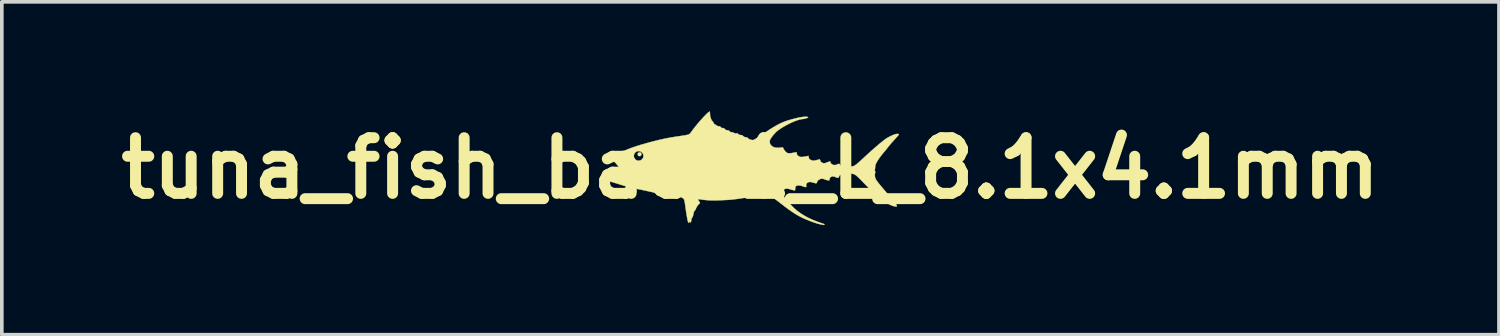
<source format=kicad_pcb>
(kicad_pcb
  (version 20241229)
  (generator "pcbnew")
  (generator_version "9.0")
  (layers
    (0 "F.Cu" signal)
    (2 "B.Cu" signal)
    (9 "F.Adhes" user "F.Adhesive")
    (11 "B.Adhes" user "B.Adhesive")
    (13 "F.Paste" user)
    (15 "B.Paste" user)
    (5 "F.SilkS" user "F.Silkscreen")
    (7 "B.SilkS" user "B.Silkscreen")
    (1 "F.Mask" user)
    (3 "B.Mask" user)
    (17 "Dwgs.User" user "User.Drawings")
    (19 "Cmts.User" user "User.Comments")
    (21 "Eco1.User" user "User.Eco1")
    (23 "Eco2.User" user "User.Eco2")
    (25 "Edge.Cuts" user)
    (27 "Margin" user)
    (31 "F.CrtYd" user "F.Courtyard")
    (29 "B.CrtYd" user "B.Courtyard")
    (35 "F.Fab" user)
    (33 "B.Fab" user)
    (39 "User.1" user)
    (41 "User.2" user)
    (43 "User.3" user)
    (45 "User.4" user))
  (footprint "tuna_fish_back1_L_8.1x4.1mm"
    (layer "F.Cu")
    (at 17.497 1.555)
    (property "Reference" "tuna_fish_back1_L_8.1x4.1mm" (at 0 0 0) (layer "F.SilkS") (effects (font (size 1.524 1.524) (thickness 0.3))))
    (attr through_hole)
    (fp_poly (pts (xy -3.004 -0.425) (xy -2.999 -0.422) (xy -2.988 -0.407) (xy -2.984 -0.387) (xy -2.987 -0.365) (xy -2.997 -0.346) (xy -2.999 -0.344) (xy -3.02 -0.332) (xy -3.043 -0.331) (xy -3.064 -0.338) (xy -3.072 -0.345) (xy -3.084 -0.365) (xy -3.086 -0.389) (xy -3.078 -0.41) (xy -3.071 -0.418) (xy -3.051 -0.429) (xy -3.027 -0.431) (xy -3.004 -0.425)) (stroke (width 0.01) (type solid)) (fill yes) (layer "F.SilkS"))
    (fp_poly (pts (xy -1.115 -1.549) (xy -1.111 -1.54) (xy -1.109 -1.522) (xy -1.107 -1.498) (xy -1.107 -1.493) (xy -1.104 -1.437) (xy -1.095 -1.391) (xy -1.08 -1.356) (xy -1.072 -1.338) (xy -1.067 -1.324) (xy -1.067 -1.32) (xy -1.062 -1.31) (xy -1.05 -1.297) (xy -1.045 -1.293) (xy -1.024 -1.27) (xy -1.016 -1.251) (xy -1.008 -1.233) (xy -0.994 -1.215) (xy -0.979 -1.201) (xy -0.965 -1.194) (xy -0.963 -1.194) (xy -0.954 -1.19) (xy -0.94 -1.18) (xy -0.928 -1.172) (xy -0.909 -1.158) (xy -0.892 -1.151) (xy -0.871 -1.149) (xy -0.868 -1.149) (xy -0.848 -1.148) (xy -0.835 -1.144) (xy -0.822 -1.133) (xy -0.813 -1.124) (xy -0.798 -1.109) (xy -0.785 -1.101) (xy -0.769 -1.099) (xy -0.76 -1.099) (xy -0.742 -1.098) (xy -0.729 -1.093) (xy -0.715 -1.084) (xy -0.698 -1.069) (xy -0.68 -1.053) (xy -0.666 -1.044) (xy -0.653 -1.04) (xy -0.634 -1.038) (xy -0.631 -1.038) (xy -0.61 -1.037) (xy -0.596 -1.034) (xy -0.587 -1.026) (xy -0.583 -1.021) (xy -0.559 -0.998) (xy -0.529 -0.986) (xy -0.507 -0.984) (xy -0.477 -0.979) (xy -0.456 -0.968) (xy -0.441 -0.958) (xy -0.425 -0.953) (xy -0.404 -0.952) (xy -0.39 -0.952) (xy -0.366 -0.952) (xy -0.352 -0.95) (xy -0.342 -0.945) (xy -0.332 -0.935) (xy -0.33 -0.932) (xy -0.32 -0.921) (xy -0.309 -0.915) (xy -0.293 -0.911) (xy -0.269 -0.908) (xy -0.268 -0.908) (xy -0.244 -0.905) (xy -0.227 -0.901) (xy -0.215 -0.894) (xy -0.203 -0.882) (xy -0.202 -0.881) (xy -0.174 -0.86) (xy -0.138 -0.847) (xy -0.111 -0.845) (xy -0.095 -0.841) (xy -0.078 -0.831) (xy -0.063 -0.817) (xy -0.046 -0.802) (xy -0.03 -0.791) (xy -0.009 -0.784) (xy 0.014 -0.778) (xy 0.041 -0.772) (xy 0.061 -0.77) (xy 0.077 -0.771) (xy 0.087 -0.774) (xy 0.101 -0.78) (xy 0.125 -0.793) (xy 0.157 -0.812) (xy 0.199 -0.838) (xy 0.25 -0.872) (xy 0.311 -0.912) (xy 0.382 -0.96) (xy 0.443 -1.001) (xy 0.533 -1.061) (xy 0.615 -1.113) (xy 0.692 -1.158) (xy 0.764 -1.198) (xy 0.835 -1.232) (xy 0.905 -1.263) (xy 0.977 -1.29) (xy 1.052 -1.314) (xy 1.132 -1.337) (xy 1.206 -1.356) (xy 1.264 -1.371) (xy 1.313 -1.382) (xy 1.355 -1.39) (xy 1.392 -1.397) (xy 1.426 -1.402) (xy 1.46 -1.405) (xy 1.477 -1.407) (xy 1.511 -1.408) (xy 1.54 -1.407) (xy 1.563 -1.403) (xy 1.578 -1.397) (xy 1.581 -1.391) (xy 1.575 -1.385) (xy 1.56 -1.378) (xy 1.538 -1.37) (xy 1.511 -1.362) (xy 1.483 -1.355) (xy 1.457 -1.349) (xy 1.435 -1.346) (xy 1.428 -1.346) (xy 1.412 -1.345) (xy 1.387 -1.34) (xy 1.359 -1.334) (xy 1.345 -1.331) (xy 1.285 -1.313) (xy 1.218 -1.289) (xy 1.147 -1.259) (xy 1.074 -1.225) (xy 1 -1.187) (xy 0.929 -1.148) (xy 0.861 -1.108) (xy 0.8 -1.067) (xy 0.747 -1.028) (xy 0.705 -0.992) (xy 0.675 -0.962) (xy 0.643 -0.926) (xy 0.611 -0.887) (xy 0.581 -0.848) (xy 0.557 -0.812) (xy 0.541 -0.786) (xy 0.529 -0.75) (xy 0.528 -0.712) (xy 0.537 -0.674) (xy 0.555 -0.639) (xy 0.575 -0.616) (xy 0.612 -0.589) (xy 0.653 -0.57) (xy 0.702 -0.56) (xy 0.758 -0.557) (xy 0.822 -0.562) (xy 0.857 -0.568) (xy 0.873 -0.57) (xy 0.884 -0.567) (xy 0.893 -0.558) (xy 0.904 -0.54) (xy 0.911 -0.524) (xy 0.93 -0.493) (xy 0.953 -0.463) (xy 0.978 -0.438) (xy 1.003 -0.42) (xy 1.019 -0.413) (xy 1.058 -0.407) (xy 1.102 -0.409) (xy 1.155 -0.418) (xy 1.162 -0.419) (xy 1.191 -0.425) (xy 1.218 -0.429) (xy 1.239 -0.432) (xy 1.243 -0.432) (xy 1.27 -0.432) (xy 1.27 -0.404) (xy 1.276 -0.374) (xy 1.294 -0.347) (xy 1.324 -0.326) (xy 1.329 -0.323) (xy 1.355 -0.313) (xy 1.385 -0.307) (xy 1.42 -0.307) (xy 1.462 -0.312) (xy 1.506 -0.32) (xy 1.536 -0.326) (xy 1.562 -0.331) (xy 1.58 -0.335) (xy 1.589 -0.337) (xy 1.59 -0.337) (xy 1.592 -0.331) (xy 1.594 -0.317) (xy 1.594 -0.314) (xy 1.599 -0.28) (xy 1.613 -0.253) (xy 1.638 -0.232) (xy 1.674 -0.217) (xy 1.692 -0.212) (xy 1.709 -0.208) (xy 1.723 -0.205) (xy 1.737 -0.205) (xy 1.753 -0.207) (xy 1.775 -0.212) (xy 1.806 -0.22) (xy 1.813 -0.221) (xy 1.843 -0.229) (xy 1.869 -0.235) (xy 1.887 -0.239) (xy 1.897 -0.241) (xy 1.897 -0.241) (xy 1.902 -0.236) (xy 1.907 -0.222) (xy 1.91 -0.214) (xy 1.924 -0.183) (xy 1.948 -0.158) (xy 1.98 -0.141) (xy 1.985 -0.14) (xy 2.008 -0.135) (xy 2.031 -0.135) (xy 2.058 -0.142) (xy 2.09 -0.154) (xy 2.102 -0.159) (xy 2.127 -0.169) (xy 2.151 -0.177) (xy 2.168 -0.182) (xy 2.169 -0.182) (xy 2.184 -0.184) (xy 2.19 -0.18) (xy 2.191 -0.167) (xy 2.191 -0.165) (xy 2.193 -0.149) (xy 2.203 -0.134) (xy 2.216 -0.12) (xy 2.249 -0.097) (xy 2.286 -0.085) (xy 2.326 -0.086) (xy 2.368 -0.098) (xy 2.383 -0.105) (xy 2.407 -0.116) (xy 2.425 -0.12) (xy 2.437 -0.115) (xy 2.448 -0.101) (xy 2.451 -0.095) (xy 2.468 -0.07) (xy 2.49 -0.055) (xy 2.518 -0.048) (xy 2.552 -0.051) (xy 2.594 -0.063) (xy 2.611 -0.069) (xy 2.667 -0.091) (xy 2.682 -0.074) (xy 2.704 -0.059) (xy 2.733 -0.049) (xy 2.766 -0.046) (xy 2.781 -0.047) (xy 2.8 -0.051) (xy 2.82 -0.056) (xy 2.84 -0.065) (xy 2.862 -0.077) (xy 2.886 -0.094) (xy 2.915 -0.116) (xy 2.949 -0.144) (xy 2.988 -0.179) (xy 3.035 -0.222) (xy 3.08 -0.263) (xy 3.114 -0.295) (xy 3.148 -0.327) (xy 3.181 -0.356) (xy 3.208 -0.382) (xy 3.23 -0.401) (xy 3.237 -0.407) (xy 3.255 -0.423) (xy 3.28 -0.446) (xy 3.311 -0.474) (xy 3.346 -0.504) (xy 3.381 -0.536) (xy 3.395 -0.549) (xy 3.452 -0.598) (xy 3.511 -0.648) (xy 3.57 -0.697) (xy 3.626 -0.742) (xy 3.677 -0.781) (xy 3.692 -0.793) (xy 3.728 -0.817) (xy 3.77 -0.842) (xy 3.816 -0.866) (xy 3.863 -0.889) (xy 3.908 -0.909) (xy 3.95 -0.924) (xy 3.985 -0.934) (xy 4.001 -0.937) (xy 4.029 -0.939) (xy 4.05 -0.936) (xy 4.062 -0.929) (xy 4.064 -0.924) (xy 4.06 -0.915) (xy 4.049 -0.9) (xy 4.033 -0.881) (xy 4.021 -0.867) (xy 3.97 -0.811) (xy 3.927 -0.763) (xy 3.891 -0.723) (xy 3.861 -0.689) (xy 3.837 -0.661) (xy 3.817 -0.637) (xy 3.8 -0.617) (xy 3.786 -0.6) (xy 3.776 -0.587) (xy 3.755 -0.56) (xy 3.73 -0.528) (xy 3.704 -0.496) (xy 3.689 -0.479) (xy 3.623 -0.399) (xy 3.566 -0.327) (xy 3.519 -0.262) (xy 3.481 -0.204) (xy 3.452 -0.153) (xy 3.431 -0.109) (xy 3.42 -0.071) (xy 3.416 -0.042) (xy 3.415 -0.015) (xy 3.412 0.013) (xy 3.41 0.024) (xy 3.406 0.049) (xy 3.409 0.07) (xy 3.412 0.082) (xy 3.417 0.101) (xy 3.417 0.118) (xy 3.413 0.137) (xy 3.407 0.171) (xy 3.408 0.205) (xy 3.41 0.224) (xy 3.412 0.242) (xy 3.416 0.259) (xy 3.422 0.276) (xy 3.43 0.295) (xy 3.442 0.316) (xy 3.456 0.339) (xy 3.475 0.365) (xy 3.498 0.396) (xy 3.526 0.432) (xy 3.56 0.473) (xy 3.6 0.521) (xy 3.647 0.576) (xy 3.701 0.64) (xy 3.759 0.708) (xy 3.815 0.774) (xy 3.863 0.83) (xy 3.903 0.879) (xy 3.936 0.92) (xy 3.963 0.954) (xy 3.983 0.982) (xy 3.998 1.005) (xy 4.007 1.022) (xy 4.012 1.035) (xy 4.013 1.041) (xy 4.007 1.046) (xy 3.992 1.047) (xy 3.968 1.046) (xy 3.94 1.042) (xy 3.919 1.038) (xy 3.886 1.028) (xy 3.846 1.011) (xy 3.799 0.989) (xy 3.749 0.963) (xy 3.697 0.933) (xy 3.678 0.921) (xy 3.644 0.899) (xy 3.611 0.876) (xy 3.577 0.852) (xy 3.543 0.825) (xy 3.506 0.795) (xy 3.468 0.761) (xy 3.425 0.722) (xy 3.379 0.679) (xy 3.328 0.63) (xy 3.272 0.574) (xy 3.209 0.511) (xy 3.14 0.44) (xy 3.062 0.36) (xy 3.051 0.348) (xy 3.007 0.303) (xy 2.969 0.266) (xy 2.938 0.236) (xy 2.912 0.213) (xy 2.89 0.195) (xy 2.869 0.181) (xy 2.849 0.17) (xy 2.829 0.162) (xy 2.808 0.155) (xy 2.808 0.155) (xy 2.786 0.15) (xy 2.767 0.148) (xy 2.759 0.149) (xy 2.747 0.156) (xy 2.732 0.17) (xy 2.717 0.187) (xy 2.702 0.205) (xy 2.688 0.218) (xy 2.679 0.222) (xy 2.669 0.22) (xy 2.65 0.213) (xy 2.627 0.203) (xy 2.622 0.2) (xy 2.583 0.184) (xy 2.548 0.175) (xy 2.516 0.173) (xy 2.487 0.177) (xy 2.46 0.185) (xy 2.442 0.198) (xy 2.43 0.217) (xy 2.424 0.236) (xy 2.418 0.253) (xy 2.412 0.261) (xy 2.401 0.262) (xy 2.392 0.262) (xy 2.374 0.259) (xy 2.35 0.251) (xy 2.325 0.242) (xy 2.325 0.241) (xy 2.29 0.229) (xy 2.263 0.223) (xy 2.237 0.226) (xy 2.211 0.235) (xy 2.186 0.253) (xy 2.171 0.278) (xy 2.165 0.311) (xy 2.165 0.311) (xy 2.162 0.327) (xy 2.156 0.334) (xy 2.143 0.335) (xy 2.122 0.331) (xy 2.093 0.325) (xy 2.062 0.315) (xy 2.029 0.304) (xy 2.024 0.302) (xy 1.988 0.291) (xy 1.959 0.287) (xy 1.931 0.29) (xy 1.901 0.302) (xy 1.893 0.306) (xy 1.862 0.324) (xy 1.841 0.346) (xy 1.827 0.374) (xy 1.822 0.389) (xy 1.817 0.402) (xy 1.81 0.409) (xy 1.799 0.412) (xy 1.781 0.411) (xy 1.756 0.405) (xy 1.72 0.394) (xy 1.718 0.394) (xy 1.679 0.383) (xy 1.65 0.377) (xy 1.625 0.376) (xy 1.603 0.38) (xy 1.581 0.388) (xy 1.577 0.39) (xy 1.549 0.407) (xy 1.532 0.427) (xy 1.526 0.453) (xy 1.527 0.48) (xy 1.529 0.502) (xy 1.527 0.514) (xy 1.523 0.518) (xy 1.512 0.517) (xy 1.492 0.513) (xy 1.464 0.506) (xy 1.432 0.495) (xy 1.397 0.483) (xy 1.359 0.474) (xy 1.319 0.471) (xy 1.282 0.475) (xy 1.27 0.478) (xy 1.248 0.492) (xy 1.233 0.516) (xy 1.226 0.55) (xy 1.226 0.566) (xy 1.225 0.587) (xy 1.222 0.601) (xy 1.219 0.606) (xy 1.21 0.607) (xy 1.19 0.604) (xy 1.163 0.598) (xy 1.13 0.59) (xy 1.094 0.579) (xy 1.078 0.574) (xy 1.029 0.562) (xy 0.988 0.559) (xy 0.953 0.566) (xy 0.94 0.572) (xy 0.912 0.592) (xy 0.892 0.621) (xy 0.88 0.655) (xy 0.878 0.69) (xy 0.882 0.713) (xy 0.89 0.732) (xy 0.902 0.755) (xy 0.919 0.78) (xy 0.941 0.81) (xy 0.969 0.846) (xy 1.004 0.888) (xy 1.046 0.937) (xy 1.097 0.993) (xy 1.104 1.001) (xy 1.188 1.087) (xy 1.279 1.167) (xy 1.379 1.24) (xy 1.488 1.308) (xy 1.606 1.37) (xy 1.734 1.427) (xy 1.874 1.48) (xy 1.92 1.496) (xy 1.953 1.507) (xy 1.983 1.517) (xy 2.005 1.525) (xy 2.02 1.531) (xy 2.024 1.533) (xy 2.025 1.541) (xy 2.02 1.551) (xy 2.012 1.555) (xy 2.002 1.554) (xy 1.984 1.55) (xy 1.958 1.545) (xy 1.928 1.539) (xy 1.927 1.539) (xy 1.869 1.525) (xy 1.801 1.505) (xy 1.728 1.481) (xy 1.651 1.453) (xy 1.573 1.422) (xy 1.496 1.39) (xy 1.423 1.357) (xy 1.356 1.324) (xy 1.324 1.307) (xy 1.257 1.268) (xy 1.182 1.221) (xy 1.103 1.167) (xy 1.019 1.108) (xy 0.934 1.044) (xy 0.889 1.009) (xy 0.828 0.962) (xy 0.769 0.917) (xy 0.713 0.874) (xy 0.66 0.835) (xy 0.612 0.799) (xy 0.569 0.768) (xy 0.532 0.742) (xy 0.503 0.722) (xy 0.482 0.709) (xy 0.474 0.704) (xy 0.457 0.698) (xy 0.44 0.694) (xy 0.42 0.694) (xy 0.395 0.696) (xy 0.363 0.701) (xy 0.324 0.71) (xy 0.278 0.722) (xy 0.127 0.757) (xy -0.033 0.789) (xy -0.2 0.818) (xy -0.371 0.843) (xy -0.518 0.86) (xy -0.546 0.863) (xy -0.585 0.866) (xy -0.632 0.869) (xy -0.684 0.871) (xy -0.74 0.874) (xy -0.797 0.876) (xy -0.825 0.877) (xy -0.917 0.88) (xy -0.998 0.881) (xy -1.071 0.88) (xy -1.138 0.878) (xy -1.2 0.874) (xy -1.261 0.868) (xy -1.322 0.861) (xy -1.346 0.857) (xy -1.377 0.853) (xy -1.404 0.849) (xy -1.423 0.847) (xy -1.433 0.847) (xy -1.434 0.847) (xy -1.434 0.856) (xy -1.429 0.872) (xy -1.419 0.891) (xy -1.405 0.911) (xy -1.4 0.918) (xy -1.386 0.939) (xy -1.382 0.954) (xy -1.39 0.968) (xy -1.406 0.98) (xy -1.421 0.994) (xy -1.439 1.015) (xy -1.457 1.041) (xy -1.474 1.068) (xy -1.486 1.093) (xy -1.49 1.103) (xy -1.499 1.126) (xy -1.512 1.147) (xy -1.517 1.152) (xy -1.536 1.175) (xy -1.549 1.201) (xy -1.558 1.233) (xy -1.563 1.262) (xy -1.569 1.294) (xy -1.578 1.32) (xy -1.592 1.347) (xy -1.594 1.349) (xy -1.608 1.374) (xy -1.616 1.395) (xy -1.62 1.42) (xy -1.621 1.431) (xy -1.625 1.461) (xy -1.63 1.478) (xy -1.637 1.484) (xy -1.647 1.479) (xy -1.652 1.474) (xy -1.663 1.464) (xy -1.672 1.467) (xy -1.677 1.482) (xy -1.677 1.483) (xy -1.683 1.493) (xy -1.689 1.495) (xy -1.696 1.492) (xy -1.703 1.479) (xy -1.71 1.459) (xy -1.718 1.429) (xy -1.727 1.389) (xy -1.736 1.339) (xy -1.746 1.278) (xy -1.758 1.206) (xy -1.77 1.121) (xy -1.775 1.084) (xy -1.783 1.025) (xy -1.791 0.973) (xy -1.799 0.929) (xy -1.805 0.895) (xy -1.81 0.871) (xy -1.814 0.86) (xy -1.828 0.84) (xy -1.851 0.82) (xy -1.878 0.803) (xy -1.907 0.791) (xy -1.915 0.788) (xy -1.934 0.785) (xy -1.96 0.781) (xy -1.988 0.778) (xy -2.025 0.774) (xy -2.073 0.768) (xy -2.13 0.759) (xy -2.196 0.748) (xy -2.268 0.736) (xy -2.346 0.722) (xy -2.428 0.707) (xy -2.512 0.69) (xy -2.598 0.673) (xy -2.683 0.656) (xy -2.767 0.638) (xy -2.847 0.62) (xy -2.877 0.614) (xy -2.917 0.605) (xy -2.966 0.594) (xy -3.017 0.584) (xy -3.067 0.574) (xy -3.096 0.568) (xy -3.226 0.541) (xy -3.351 0.511) (xy -3.466 0.479) (xy -3.502 0.468) (xy -3.584 0.442) (xy -3.657 0.419) (xy -3.725 0.398) (xy -3.79 0.379) (xy -3.855 0.36) (xy -3.87 0.355) (xy -3.927 0.338) (xy -3.972 0.324) (xy -4.007 0.31) (xy -4.031 0.298) (xy -4.047 0.287) (xy -4.05 0.284) (xy -4.057 0.271) (xy -4.062 0.253) (xy -4.062 0.252) (xy -4.063 0.236) (xy -4.056 0.224) (xy -4.048 0.217) (xy -4.032 0.208) (xy -4.01 0.2) (xy -3.999 0.197) (xy -3.91 0.179) (xy -3.834 0.163) (xy -3.769 0.147) (xy -3.715 0.132) (xy -3.67 0.118) (xy -3.634 0.104) (xy -3.606 0.09) (xy -3.586 0.076) (xy -3.573 0.061) (xy -3.57 0.056) (xy -3.565 0.044) (xy -3.566 0.032) (xy -3.572 0.016) (xy -3.573 0.012) (xy -3.586 -0.011) (xy -3.607 -0.041) (xy -3.634 -0.075) (xy -3.665 -0.111) (xy -3.698 -0.148) (xy -3.731 -0.184) (xy -3.764 -0.216) (xy -3.793 -0.243) (xy -3.818 -0.262) (xy -3.828 -0.268) (xy -3.853 -0.286) (xy -3.868 -0.302) (xy -3.872 -0.318) (xy -3.868 -0.326) (xy -3.86 -0.334) (xy -3.847 -0.341) (xy -3.828 -0.35) (xy -3.827 -0.35) (xy -3.192 -0.35) (xy -3.19 -0.31) (xy -3.188 -0.299) (xy -3.177 -0.275) (xy -3.158 -0.25) (xy -3.135 -0.228) (xy -3.111 -0.213) (xy -3.104 -0.21) (xy -3.072 -0.205) (xy -3.037 -0.208) (xy -3.005 -0.217) (xy -2.99 -0.225) (xy -2.971 -0.241) (xy -2.953 -0.261) (xy -2.948 -0.268) (xy -2.938 -0.285) (xy -2.933 -0.303) (xy -2.931 -0.325) (xy -2.931 -0.337) (xy -2.931 -0.362) (xy -2.935 -0.381) (xy -2.943 -0.398) (xy -2.948 -0.405) (xy -2.965 -0.426) (xy -2.986 -0.445) (xy -2.992 -0.449) (xy -3.01 -0.459) (xy -3.027 -0.465) (xy -3.049 -0.467) (xy -3.061 -0.467) (xy -3.086 -0.466) (xy -3.105 -0.462) (xy -3.122 -0.454) (xy -3.129 -0.449) (xy -3.161 -0.422) (xy -3.182 -0.388) (xy -3.192 -0.35) (xy -3.827 -0.35) (xy -3.801 -0.359) (xy -3.764 -0.371) (xy -3.718 -0.384) (xy -3.652 -0.405) (xy -3.58 -0.429) (xy -3.505 -0.457) (xy -3.432 -0.486) (xy -3.374 -0.51) (xy -3.341 -0.524) (xy -3.298 -0.54) (xy -3.248 -0.559) (xy -3.193 -0.578) (xy -3.136 -0.597) (xy -3.079 -0.615) (xy -3.025 -0.632) (xy -2.976 -0.647) (xy -2.959 -0.652) (xy -2.925 -0.661) (xy -2.895 -0.67) (xy -2.871 -0.677) (xy -2.856 -0.681) (xy -2.851 -0.683) (xy -2.844 -0.685) (xy -2.826 -0.69) (xy -2.8 -0.697) (xy -2.765 -0.706) (xy -2.725 -0.717) (xy -2.679 -0.729) (xy -2.663 -0.733) (xy -2.559 -0.759) (xy -2.46 -0.783) (xy -2.365 -0.804) (xy -2.27 -0.823) (xy -2.173 -0.841) (xy -2.069 -0.858) (xy -1.956 -0.875) (xy -1.925 -0.879) (xy -1.879 -0.886) (xy -1.834 -0.893) (xy -1.793 -0.9) (xy -1.758 -0.906) (xy -1.732 -0.912) (xy -1.722 -0.914) (xy -1.702 -0.92) (xy -1.685 -0.926) (xy -1.67 -0.935) (xy -1.656 -0.947) (xy -1.64 -0.965) (xy -1.621 -0.99) (xy -1.596 -1.023) (xy -1.592 -1.029) (xy -1.56 -1.073) (xy -1.524 -1.12) (xy -1.485 -1.168) (xy -1.444 -1.217) (xy -1.402 -1.267) (xy -1.361 -1.314) (xy -1.319 -1.36) (xy -1.28 -1.404) (xy -1.242 -1.443) (xy -1.208 -1.477) (xy -1.178 -1.506) (xy -1.152 -1.528) (xy -1.132 -1.543) (xy -1.119 -1.55) (xy -1.115 -1.549)) (stroke (width 0.01) (type solid)) (fill yes) (layer "F.SilkS")))
  (gr_rect
    (start -3 -3)
    (end 37.994 6.115)
    (stroke (width 0.1) (type default))
    (fill no)
    (layer "Edge.Cuts")))
</source>
